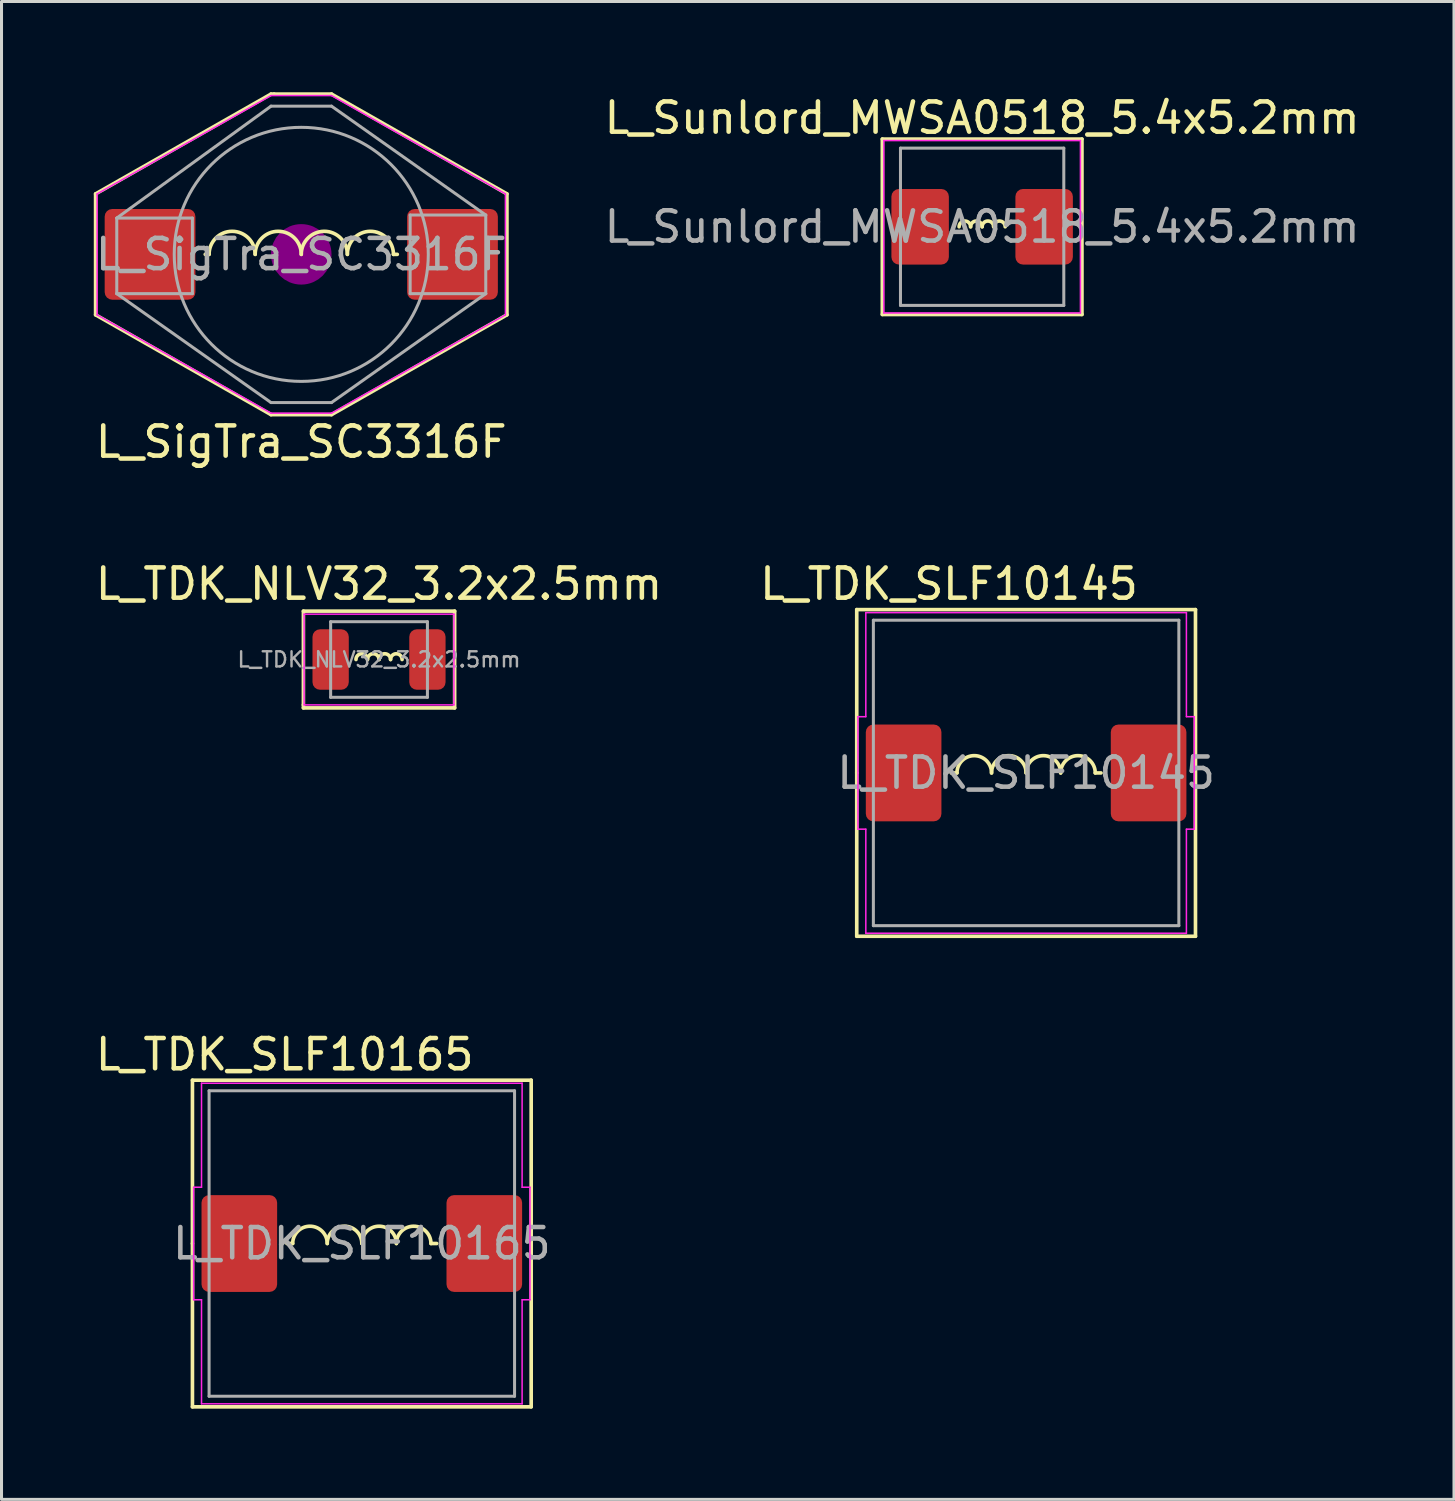
<source format=kicad_pcb>
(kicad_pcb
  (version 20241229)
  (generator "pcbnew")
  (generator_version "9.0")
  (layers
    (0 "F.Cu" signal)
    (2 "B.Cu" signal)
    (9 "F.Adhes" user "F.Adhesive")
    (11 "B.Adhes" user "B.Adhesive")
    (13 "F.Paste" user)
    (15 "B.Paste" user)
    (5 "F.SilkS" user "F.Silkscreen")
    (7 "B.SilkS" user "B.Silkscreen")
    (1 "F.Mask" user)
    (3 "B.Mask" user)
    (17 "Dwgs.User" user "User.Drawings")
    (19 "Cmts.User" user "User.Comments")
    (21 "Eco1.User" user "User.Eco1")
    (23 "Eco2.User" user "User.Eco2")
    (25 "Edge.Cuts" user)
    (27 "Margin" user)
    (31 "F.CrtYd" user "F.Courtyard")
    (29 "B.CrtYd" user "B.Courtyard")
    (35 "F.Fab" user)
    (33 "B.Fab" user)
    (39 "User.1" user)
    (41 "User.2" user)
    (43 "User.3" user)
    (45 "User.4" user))
  (footprint "L_TDK_SLF10145"
    (layer "F.Cu")
    (at 30.877 22.506)
    (property "Reference" "L_TDK_SLF10145" (at -2.55 -6.25 0) (layer "F.SilkS") (effects (font (size 1 1) (thickness 0.15))))
    (attr smd)
    (fp_line (start -5.6 -5.4) (end 5.6 -5.4) (stroke (width 0.12) (type solid)) (layer "F.SilkS"))
    (fp_line (start -5.6 0) (end -5.6 -5.4) (stroke (width 0.12) (type solid)) (layer "F.SilkS"))
    (fp_line (start -5.6 5.4) (end -5.6 0) (stroke (width 0.12) (type solid)) (layer "F.SilkS"))
    (fp_line (start -2.286 0) (end -2.477 0) (stroke (width 0.12) (type solid)) (layer "F.SilkS"))
    (fp_line (start 2.477 0) (end 2.286 0) (stroke (width 0.12) (type solid)) (layer "F.SilkS"))
    (fp_line (start 5.6 -5.4) (end 5.6 5.4) (stroke (width 0.12) (type solid)) (layer "F.SilkS"))
    (fp_line (start 5.6 5.4) (end -5.6 5.4) (stroke (width 0.12) (type solid)) (layer "F.SilkS"))
    (fp_arc (start -2.286 0) (mid -1.7145 -0.5715) (end -1.143 0) (stroke (width 0.12) (type solid)) (layer "F.SilkS"))
    (fp_arc (start -1.143 0) (mid -0.5715 -0.5715) (end 0 0) (stroke (width 0.12) (type solid)) (layer "F.SilkS"))
    (fp_arc (start 0 0) (mid 0.5715 -0.5715) (end 1.143 0) (stroke (width 0.12) (type solid)) (layer "F.SilkS"))
    (fp_arc (start 1.143 0) (mid 1.7145 -0.5715) (end 2.286 0) (stroke (width 0.12) (type solid)) (layer "F.SilkS"))
    (fp_line (start -5.56 -1.86) (end -5.56 1.86) (stroke (width 0.05) (type solid)) (layer "F.CrtYd"))
    (fp_line (start -5.56 1.86) (end -5.3 1.86) (stroke (width 0.05) (type solid)) (layer "F.CrtYd"))
    (fp_line (start -5.3 -5.3) (end -5.3 -1.86) (stroke (width 0.05) (type solid)) (layer "F.CrtYd"))
    (fp_line (start -5.3 -5.3) (end 5.3 -5.3) (stroke (width 0.05) (type solid)) (layer "F.CrtYd"))
    (fp_line (start -5.3 -1.86) (end -5.56 -1.86) (stroke (width 0.05) (type solid)) (layer "F.CrtYd"))
    (fp_line (start -5.3 1.86) (end -5.3 5.3) (stroke (width 0.05) (type solid)) (layer "F.CrtYd"))
    (fp_line (start -5.3 5.3) (end 5.3 5.3) (stroke (width 0.05) (type solid)) (layer "F.CrtYd"))
    (fp_line (start 5.3 -5.3) (end 5.3 -1.86) (stroke (width 0.05) (type solid)) (layer "F.CrtYd"))
    (fp_line (start 5.3 -1.86) (end 5.56 -1.86) (stroke (width 0.05) (type solid)) (layer "F.CrtYd"))
    (fp_line (start 5.3 1.86) (end 5.3 5.3) (stroke (width 0.05) (type solid)) (layer "F.CrtYd"))
    (fp_line (start 5.56 -1.86) (end 5.56 1.86) (stroke (width 0.05) (type solid)) (layer "F.CrtYd"))
    (fp_line (start 5.56 1.86) (end 5.3 1.86) (stroke (width 0.05) (type solid)) (layer "F.CrtYd"))
    (fp_line (start -5.05 -5.05) (end 5.05 -5.05) (stroke (width 0.1) (type solid)) (layer "F.Fab"))
    (fp_line (start -5.05 5.05) (end -5.05 -5.05) (stroke (width 0.1) (type solid)) (layer "F.Fab"))
    (fp_line (start 5.05 -5.05) (end 5.05 5.05) (stroke (width 0.1) (type solid)) (layer "F.Fab"))
    (fp_line (start 5.05 5.05) (end -5.05 5.05) (stroke (width 0.1) (type solid)) (layer "F.Fab"))
    (fp_text user "${REFERENCE}" (at 0 0 0) (layer "F.Fab") (effects (font (size 1 1) (thickness 0.15))))
    (pad "1" smd roundrect (at -4.05 0) (size 2.5 3.2) (layers "F.Cu" "F.Mask" "F.Paste") (roundrect_rratio 0.1))
    (pad "2" smd roundrect (at 4.05 0) (size 2.5 3.2) (layers "F.Cu" "F.Mask" "F.Paste") (roundrect_rratio 0.1)))
  (footprint "L_SigTra_SC3316F"
    (layer "F.Cu")
    (at 6.911 5.36)
    (property "Reference" "L_SigTra_SC3316F" (at 0 6.2 0) (layer "F.SilkS") (effects (font (size 1 1) (thickness 0.15))))
    (attr smd)
    (fp_line (start -6.8 -2) (end -6.8 2) (stroke (width 0.12) (type solid)) (layer "F.SilkS"))
    (fp_line (start -6.8 2) (end -1 5.3) (stroke (width 0.12) (type solid)) (layer "F.SilkS"))
    (fp_line (start -3.048 0) (end -3.175 0) (stroke (width 0.12) (type solid)) (layer "F.SilkS"))
    (fp_line (start -1 -5.3) (end -6.8 -2) (stroke (width 0.12) (type solid)) (layer "F.SilkS"))
    (fp_line (start -1 5.3) (end 1 5.3) (stroke (width 0.12) (type solid)) (layer "F.SilkS"))
    (fp_line (start -0.9 -5.3) (end -1 -5.3) (stroke (width 0.12) (type solid)) (layer "F.SilkS"))
    (fp_line (start 1 -5.3) (end -0.9 -5.3) (stroke (width 0.12) (type solid)) (layer "F.SilkS"))
    (fp_line (start 1 5.3) (end 6.8 2) (stroke (width 0.12) (type solid)) (layer "F.SilkS"))
    (fp_line (start 3.175 0) (end 3.048 0) (stroke (width 0.12) (type solid)) (layer "F.SilkS"))
    (fp_line (start 6.8 -2) (end 1 -5.3) (stroke (width 0.12) (type solid)) (layer "F.SilkS"))
    (fp_line (start 6.8 2) (end 6.8 -2) (stroke (width 0.12) (type solid)) (layer "F.SilkS"))
    (fp_arc (start -3.048 0) (mid -2.286 -0.762) (end -1.524 0) (stroke (width 0.12) (type solid)) (layer "F.SilkS"))
    (fp_arc (start -1.524 0) (mid -0.762 -0.762) (end 0 0) (stroke (width 0.12) (type solid)) (layer "F.SilkS"))
    (fp_arc (start 0 0) (mid 0.762 -0.762) (end 1.524 0) (stroke (width 0.12) (type solid)) (layer "F.SilkS"))
    (fp_arc (start 1.524 0) (mid 2.286 -0.762) (end 3.048 0) (stroke (width 0.12) (type solid)) (layer "F.SilkS"))
    (fp_circle (center 0 0) (end 0.5 0) (stroke (width 1) (type solid)) (fill no) (layer "F.Adhes"))
    (fp_line (start -6.75 -2) (end -6.75 2) (stroke (width 0.05) (type solid)) (layer "F.CrtYd"))
    (fp_line (start -6.75 2) (end -1 5.25) (stroke (width 0.05) (type solid)) (layer "F.CrtYd"))
    (fp_line (start -1 -5.25) (end -6.75 -2) (stroke (width 0.05) (type solid)) (layer "F.CrtYd"))
    (fp_line (start -1 -5.25) (end 1 -5.25) (stroke (width 0.05) (type solid)) (layer "F.CrtYd"))
    (fp_line (start -1 5.25) (end 1 5.25) (stroke (width 0.05) (type solid)) (layer "F.CrtYd"))
    (fp_line (start 1 -5.25) (end 6.75 -2) (stroke (width 0.05) (type solid)) (layer "F.CrtYd"))
    (fp_line (start 1 5.25) (end 6.75 2) (stroke (width 0.05) (type solid)) (layer "F.CrtYd"))
    (fp_line (start 6.75 2) (end 6.75 -2) (stroke (width 0.05) (type solid)) (layer "F.CrtYd"))
    (fp_line (start -6.1 -1.2) (end -3.6 -1.2) (stroke (width 0.1) (type solid)) (layer "F.Fab"))
    (fp_line (start -6.1 1.3) (end -6.1 -1.2) (stroke (width 0.1) (type solid)) (layer "F.Fab"))
    (fp_line (start -3.6 -1.2) (end -3.6 0) (stroke (width 0.1) (type solid)) (layer "F.Fab"))
    (fp_line (start -3.6 0) (end -3.6 1.3) (stroke (width 0.1) (type solid)) (layer "F.Fab"))
    (fp_line (start -3.6 1.3) (end -6.1 1.3) (stroke (width 0.1) (type solid)) (layer "F.Fab"))
    (fp_line (start -1 -4.9) (end -6.1 -1.2) (stroke (width 0.1) (type solid)) (layer "F.Fab"))
    (fp_line (start -1 4.9) (end -6.1 1.3) (stroke (width 0.1) (type solid)) (layer "F.Fab"))
    (fp_line (start 1 -4.9) (end -1 -4.9) (stroke (width 0.1) (type solid)) (layer "F.Fab"))
    (fp_line (start 1 -4.9) (end 6.1 -1.3) (stroke (width 0.1) (type solid)) (layer "F.Fab"))
    (fp_line (start 1 4.9) (end -1 4.9) (stroke (width 0.1) (type solid)) (layer "F.Fab"))
    (fp_line (start 3.6 -1.3) (end 6.1 -1.3) (stroke (width 0.1) (type solid)) (layer "F.Fab"))
    (fp_line (start 3.6 1.3) (end 3.6 -1.3) (stroke (width 0.1) (type solid)) (layer "F.Fab"))
    (fp_line (start 6.1 -1.3) (end 6.1 1.3) (stroke (width 0.1) (type solid)) (layer "F.Fab"))
    (fp_line (start 6.1 1.3) (end 1 4.9) (stroke (width 0.1) (type solid)) (layer "F.Fab"))
    (fp_line (start 6.1 1.3) (end 3.6 1.3) (stroke (width 0.1) (type solid)) (layer "F.Fab"))
    (fp_circle (center 0 0) (end 4.2 0) (stroke (width 0.1) (type solid)) (fill no) (layer "F.Fab"))
    (fp_text user "${REFERENCE}" (at 0 0 0) (layer "F.Fab") (effects (font (size 1 1) (thickness 0.15))))
    (pad "1" smd roundrect (at -5 0) (size 3 3) (layers "F.Cu" "F.Mask" "F.Paste") (roundrect_rratio 0.083))
    (pad "2" smd roundrect (at 5 0) (size 3 3) (layers "F.Cu" "F.Mask" "F.Paste") (roundrect_rratio 0.083)))
  (footprint "L_Sunlord_MWSA0518_5.4x5.2mm"
    (layer "F.Cu")
    (at 29.423 4.448)
    (property "Reference" "L_Sunlord_MWSA0518_5.4x5.2mm" (at 0 -3.6 0) (layer "F.SilkS") (effects (font (size 1 1) (thickness 0.15))))
    (attr smd)
    (fp_line (start -3.3 -2.9) (end -3.3 2.9) (stroke (width 0.12) (type solid)) (layer "F.SilkS"))
    (fp_line (start -3.3 2.9) (end 3.3 2.9) (stroke (width 0.12) (type solid)) (layer "F.SilkS"))
    (fp_line (start 3.3 -2.9) (end -3.3 -2.9) (stroke (width 0.12) (type solid)) (layer "F.SilkS"))
    (fp_line (start 3.3 2.9) (end 3.3 -2.9) (stroke (width 0.12) (type solid)) (layer "F.SilkS"))
    (fp_arc (start -0.762 0) (mid -0.5715 -0.1905) (end -0.381 0) (stroke (width 0.12) (type solid)) (layer "F.SilkS"))
    (fp_arc (start -0.381 0) (mid -0.1905 -0.1905) (end 0 0) (stroke (width 0.12) (type solid)) (layer "F.SilkS"))
    (fp_arc (start 0 0) (mid 0.1905 -0.1905) (end 0.381 0) (stroke (width 0.12) (type solid)) (layer "F.SilkS"))
    (fp_arc (start 0.381 0) (mid 0.5715 -0.1905) (end 0.762 0) (stroke (width 0.12) (type solid)) (layer "F.SilkS"))
    (fp_line (start -3.25 -2.85) (end 3.25 -2.85) (stroke (width 0.05) (type solid)) (layer "F.CrtYd"))
    (fp_line (start -3.25 2.85) (end -3.25 -2.85) (stroke (width 0.05) (type solid)) (layer "F.CrtYd"))
    (fp_line (start 3.25 -2.85) (end 3.25 2.85) (stroke (width 0.05) (type solid)) (layer "F.CrtYd"))
    (fp_line (start 3.25 2.85) (end -3.25 2.85) (stroke (width 0.05) (type solid)) (layer "F.CrtYd"))
    (fp_line (start -2.7 -2.6) (end 2.7 -2.6) (stroke (width 0.1) (type solid)) (layer "F.Fab"))
    (fp_line (start -2.7 2.6) (end -2.7 -2.6) (stroke (width 0.1) (type solid)) (layer "F.Fab"))
    (fp_line (start 2.7 -2.6) (end 2.7 2.6) (stroke (width 0.1) (type solid)) (layer "F.Fab"))
    (fp_line (start 2.7 2.6) (end -2.7 2.6) (stroke (width 0.1) (type solid)) (layer "F.Fab"))
    (fp_text user "${REFERENCE}" (at 0 0 0) (layer "F.Fab") (effects (font (size 1 1) (thickness 0.15))))
    (pad "1" smd roundrect (at -2.05 0) (size 1.9 2.5) (layers "F.Cu" "F.Mask" "F.Paste") (roundrect_rratio 0.132))
    (pad "2" smd roundrect (at 2.05 0) (size 1.9 2.5) (layers "F.Cu" "F.Mask" "F.Paste") (roundrect_rratio 0.132)))
  (footprint "L_TDK_NLV32_3.2x2.5mm"
    (layer "F.Cu")
    (at 9.482 18.756)
    (property "Reference" "L_TDK_NLV32_3.2x2.5mm" (at 0 -2.5 0) (layer "F.SilkS") (effects (font (size 1 1) (thickness 0.15))))
    (attr smd)
    (fp_line (start -2.5 -1.6) (end -2.5 1.5) (stroke (width 0.12) (type solid)) (layer "F.SilkS"))
    (fp_line (start -2.5 1.5) (end -2.5 1.6) (stroke (width 0.12) (type solid)) (layer "F.SilkS"))
    (fp_line (start -2.5 1.6) (end 2.5 1.6) (stroke (width 0.12) (type solid)) (layer "F.SilkS"))
    (fp_line (start 2.5 -1.6) (end -2.5 -1.6) (stroke (width 0.12) (type solid)) (layer "F.SilkS"))
    (fp_line (start 2.5 1.6) (end 2.5 -1.6) (stroke (width 0.12) (type solid)) (layer "F.SilkS"))
    (fp_arc (start -0.762 0) (mid -0.5715 -0.1905) (end -0.381 0) (stroke (width 0.12) (type solid)) (layer "F.SilkS"))
    (fp_arc (start -0.381 0) (mid -0.1905 -0.1905) (end 0 0) (stroke (width 0.12) (type solid)) (layer "F.SilkS"))
    (fp_arc (start 0 0) (mid 0.1905 -0.1905) (end 0.381 0) (stroke (width 0.12) (type solid)) (layer "F.SilkS"))
    (fp_arc (start 0.381 0) (mid 0.5715 -0.1905) (end 0.762 0) (stroke (width 0.12) (type solid)) (layer "F.SilkS"))
    (fp_line (start -2.477 -1.5) (end 2.477 -1.5) (stroke (width 0.05) (type solid)) (layer "F.CrtYd"))
    (fp_line (start -2.477 1.5) (end -2.477 -1.5) (stroke (width 0.05) (type solid)) (layer "F.CrtYd"))
    (fp_line (start 2.477 -1.5) (end 2.477 1.5) (stroke (width 0.05) (type solid)) (layer "F.CrtYd"))
    (fp_line (start 2.477 1.5) (end -2.477 1.5) (stroke (width 0.05) (type solid)) (layer "F.CrtYd"))
    (fp_line (start -1.6 -1.25) (end 1.6 -1.25) (stroke (width 0.1) (type solid)) (layer "F.Fab"))
    (fp_line (start -1.6 1.25) (end -1.6 -1.25) (stroke (width 0.1) (type solid)) (layer "F.Fab"))
    (fp_line (start 1.6 -1.25) (end 1.6 1.25) (stroke (width 0.1) (type solid)) (layer "F.Fab"))
    (fp_line (start 1.6 1.25) (end -1.6 1.25) (stroke (width 0.1) (type solid)) (layer "F.Fab"))
    (fp_text user "${REFERENCE}" (at 0 0 0) (layer "F.Fab") (effects (font (size 0.5 0.5) (thickness 0.08))))
    (pad "1" smd roundrect (at -1.6 0) (size 1.2 2) (layers "F.Cu" "F.Mask" "F.Paste") (roundrect_rratio 0.208))
    (pad "2" smd roundrect (at 1.6 0) (size 1.2 2) (layers "F.Cu" "F.Mask" "F.Paste") (roundrect_rratio 0.208)))
  (footprint "L_TDK_SLF10165"
    (layer "F.Cu")
    (at 8.913 38.065)
    (property "Reference" "L_TDK_SLF10165" (at -2.55 -6.25 0) (layer "F.SilkS") (effects (font (size 1 1) (thickness 0.15))))
    (attr smd)
    (fp_line (start -5.6 -5.4) (end 5.6 -5.4) (stroke (width 0.12) (type solid)) (layer "F.SilkS"))
    (fp_line (start -5.6 0) (end -5.6 -5.4) (stroke (width 0.12) (type solid)) (layer "F.SilkS"))
    (fp_line (start -5.6 5.4) (end -5.6 0) (stroke (width 0.12) (type solid)) (layer "F.SilkS"))
    (fp_line (start -2.286 0) (end -2.477 0) (stroke (width 0.12) (type solid)) (layer "F.SilkS"))
    (fp_line (start 2.477 0) (end 2.286 0) (stroke (width 0.12) (type solid)) (layer "F.SilkS"))
    (fp_line (start 5.6 -5.4) (end 5.6 5.4) (stroke (width 0.12) (type solid)) (layer "F.SilkS"))
    (fp_line (start 5.6 5.4) (end -5.6 5.4) (stroke (width 0.12) (type solid)) (layer "F.SilkS"))
    (fp_arc (start -2.286 0) (mid -1.7145 -0.5715) (end -1.143 0) (stroke (width 0.12) (type solid)) (layer "F.SilkS"))
    (fp_arc (start -1.143 0) (mid -0.5715 -0.5715) (end 0 0) (stroke (width 0.12) (type solid)) (layer "F.SilkS"))
    (fp_arc (start 0 0) (mid 0.5715 -0.5715) (end 1.143 0) (stroke (width 0.12) (type solid)) (layer "F.SilkS"))
    (fp_arc (start 1.143 0) (mid 1.7145 -0.5715) (end 2.286 0) (stroke (width 0.12) (type solid)) (layer "F.SilkS"))
    (fp_line (start -5.56 -1.86) (end -5.56 1.86) (stroke (width 0.05) (type solid)) (layer "F.CrtYd"))
    (fp_line (start -5.56 1.86) (end -5.3 1.86) (stroke (width 0.05) (type solid)) (layer "F.CrtYd"))
    (fp_line (start -5.3 -5.3) (end -5.3 -1.86) (stroke (width 0.05) (type solid)) (layer "F.CrtYd"))
    (fp_line (start -5.3 -5.3) (end 5.3 -5.3) (stroke (width 0.05) (type solid)) (layer "F.CrtYd"))
    (fp_line (start -5.3 -1.86) (end -5.56 -1.86) (stroke (width 0.05) (type solid)) (layer "F.CrtYd"))
    (fp_line (start -5.3 1.86) (end -5.3 5.3) (stroke (width 0.05) (type solid)) (layer "F.CrtYd"))
    (fp_line (start -5.3 5.3) (end 5.3 5.3) (stroke (width 0.05) (type solid)) (layer "F.CrtYd"))
    (fp_line (start 5.3 -5.3) (end 5.3 -1.86) (stroke (width 0.05) (type solid)) (layer "F.CrtYd"))
    (fp_line (start 5.3 -1.86) (end 5.56 -1.86) (stroke (width 0.05) (type solid)) (layer "F.CrtYd"))
    (fp_line (start 5.3 1.86) (end 5.3 5.3) (stroke (width 0.05) (type solid)) (layer "F.CrtYd"))
    (fp_line (start 5.56 -1.86) (end 5.56 1.86) (stroke (width 0.05) (type solid)) (layer "F.CrtYd"))
    (fp_line (start 5.56 1.86) (end 5.3 1.86) (stroke (width 0.05) (type solid)) (layer "F.CrtYd"))
    (fp_line (start -5.05 -5.05) (end 5.05 -5.05) (stroke (width 0.1) (type solid)) (layer "F.Fab"))
    (fp_line (start -5.05 5.05) (end -5.05 -5.05) (stroke (width 0.1) (type solid)) (layer "F.Fab"))
    (fp_line (start 5.05 -5.05) (end 5.05 5.05) (stroke (width 0.1) (type solid)) (layer "F.Fab"))
    (fp_line (start 5.05 5.05) (end -5.05 5.05) (stroke (width 0.1) (type solid)) (layer "F.Fab"))
    (fp_text user "${REFERENCE}" (at 0 0 0) (layer "F.Fab") (effects (font (size 1 1) (thickness 0.15))))
    (pad "1" smd roundrect (at -4.05 0) (size 2.5 3.2) (layers "F.Cu" "F.Mask" "F.Paste") (roundrect_rratio 0.1))
    (pad "2" smd roundrect (at 4.05 0) (size 2.5 3.2) (layers "F.Cu" "F.Mask" "F.Paste") (roundrect_rratio 0.1)))
  (gr_rect
    (start -3 -3)
    (end 45.024 46.525)
    (stroke (width 0.1) (type default))
    (fill no)
    (layer "Edge.Cuts")))
</source>
